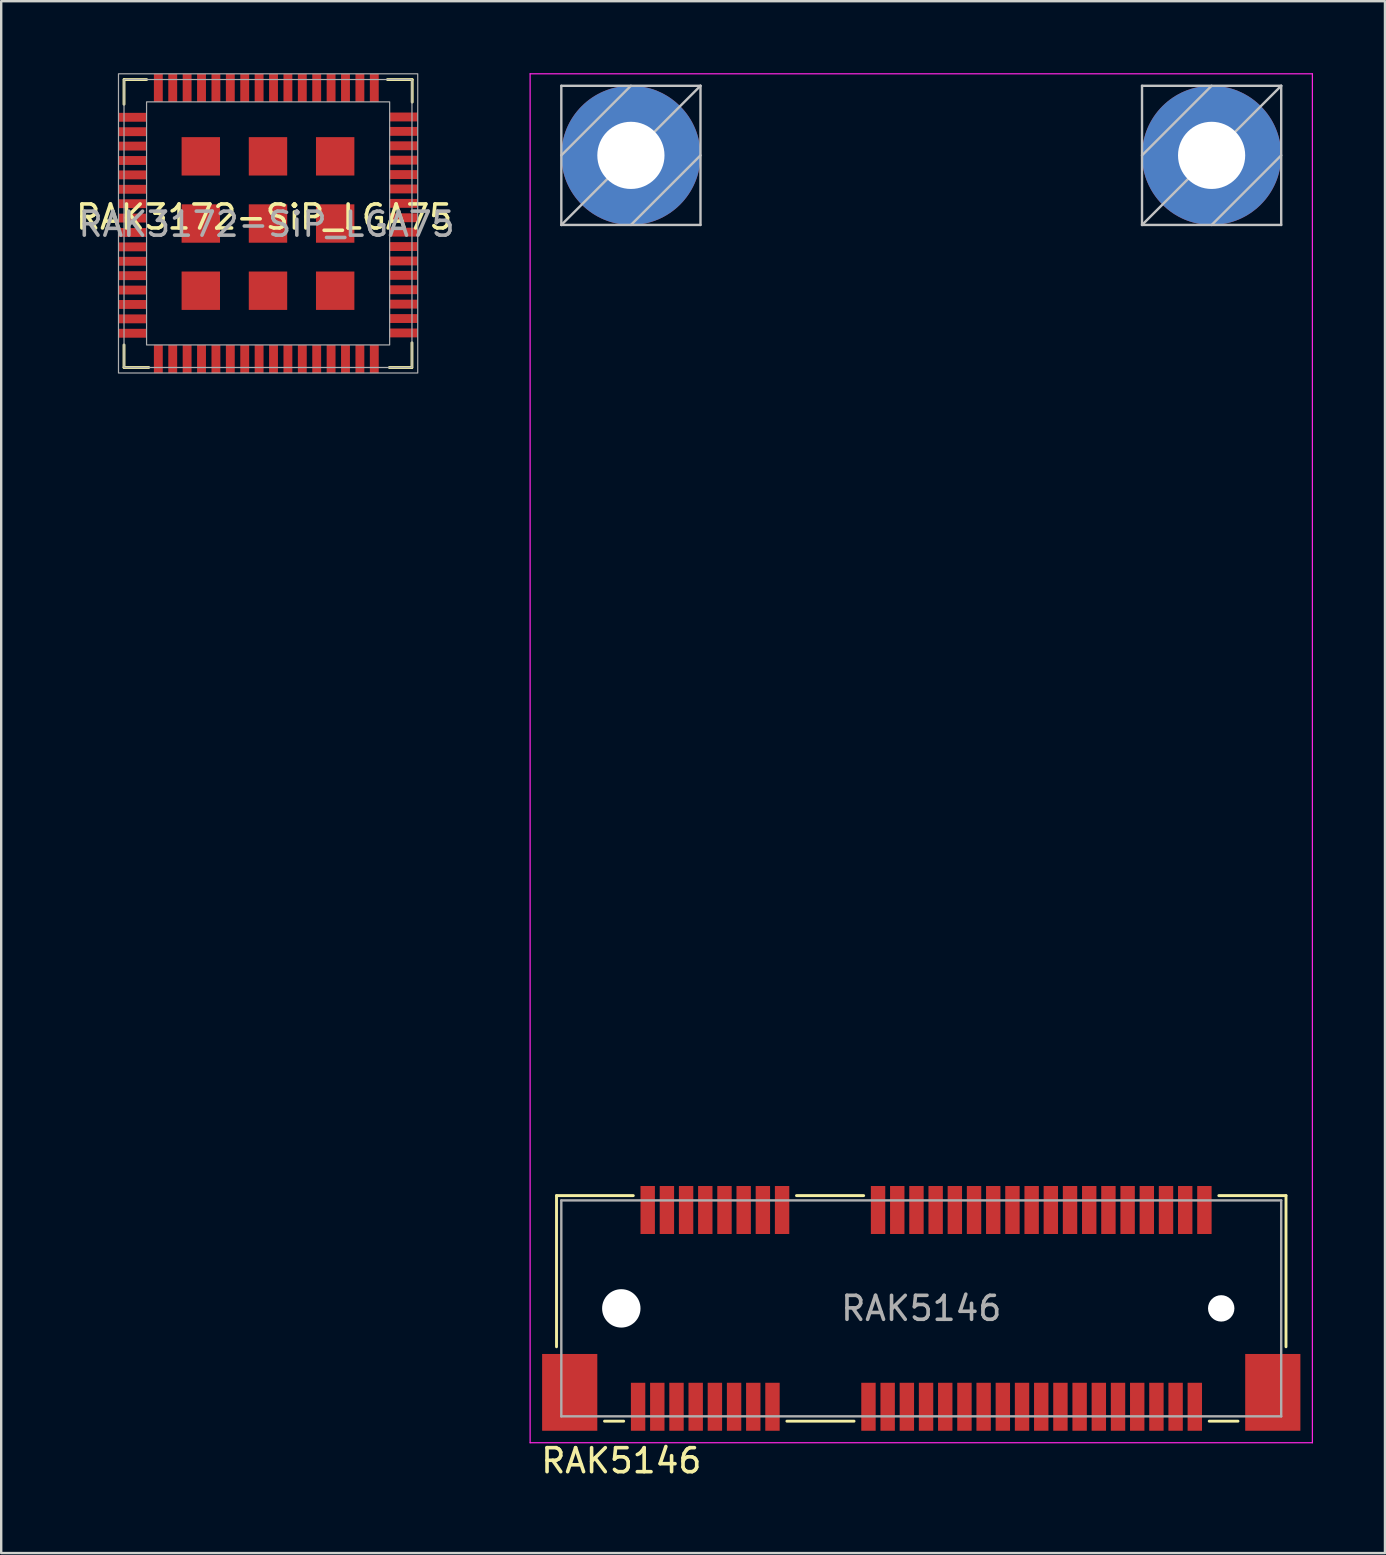
<source format=kicad_pcb>
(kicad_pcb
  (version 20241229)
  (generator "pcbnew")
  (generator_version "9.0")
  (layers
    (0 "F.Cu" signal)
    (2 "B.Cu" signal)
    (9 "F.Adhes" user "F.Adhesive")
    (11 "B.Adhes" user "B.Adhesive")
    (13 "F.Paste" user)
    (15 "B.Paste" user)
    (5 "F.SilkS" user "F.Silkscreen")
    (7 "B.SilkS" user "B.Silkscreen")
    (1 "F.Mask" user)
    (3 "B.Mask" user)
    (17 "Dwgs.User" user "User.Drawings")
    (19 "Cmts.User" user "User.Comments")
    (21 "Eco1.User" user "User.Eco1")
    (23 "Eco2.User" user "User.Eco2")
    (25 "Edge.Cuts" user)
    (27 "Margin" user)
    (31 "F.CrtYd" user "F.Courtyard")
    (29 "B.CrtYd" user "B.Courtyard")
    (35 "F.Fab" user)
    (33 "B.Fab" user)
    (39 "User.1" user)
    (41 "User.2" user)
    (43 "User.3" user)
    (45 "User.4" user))
  (footprint "RAK5146"
    (layer "F.Cu")
    (at 35.342 51.475)
    (property "Reference" "RAK5146" (at -12.5 6.35 180) (layer "F.SilkS") (effects (font (size 1 1) (thickness 0.15))))
    (attr smd)
    (fp_line (start -15.2 -4.7) (end -15.2 1.6) (stroke (width 0.12) (type solid)) (layer "F.SilkS"))
    (fp_line (start -13.2 4.7) (end -12.4 4.7) (stroke (width 0.12) (type solid)) (layer "F.SilkS"))
    (fp_line (start -12 -4.7) (end -15.2 -4.7) (stroke (width 0.12) (type solid)) (layer "F.SilkS"))
    (fp_line (start -5.6 4.7) (end -2.8 4.7) (stroke (width 0.12) (type solid)) (layer "F.SilkS"))
    (fp_line (start -2.4 -4.7) (end -5.2 -4.7) (stroke (width 0.12) (type solid)) (layer "F.SilkS"))
    (fp_line (start 12 4.7) (end 13.2 4.7) (stroke (width 0.12) (type solid)) (layer "F.SilkS"))
    (fp_line (start 15.2 -4.7) (end 12.4 -4.7) (stroke (width 0.12) (type solid)) (layer "F.SilkS"))
    (fp_line (start 15.2 1.6) (end 15.2 -4.7) (stroke (width 0.12) (type solid)) (layer "F.SilkS"))
    (fp_line (start -15 -50.95) (end -15 -45.15) (stroke (width 0.1) (type solid)) (layer "Dwgs.User"))
    (fp_line (start -15 -50.95) (end -9.2 -50.95) (stroke (width 0.1) (type solid)) (layer "Dwgs.User"))
    (fp_line (start -15 -45.15) (end -9.2 -45.15) (stroke (width 0.1) (type solid)) (layer "Dwgs.User"))
    (fp_line (start -12.1 -50.95) (end -15 -48.05) (stroke (width 0.1) (type solid)) (layer "Dwgs.User"))
    (fp_line (start -9.2 -50.95) (end -15 -45.15) (stroke (width 0.1) (type solid)) (layer "Dwgs.User"))
    (fp_line (start -9.2 -50.95) (end -9.2 -45.15) (stroke (width 0.1) (type solid)) (layer "Dwgs.User"))
    (fp_line (start -9.2 -48.05) (end -12.1 -45.15) (stroke (width 0.1) (type solid)) (layer "Dwgs.User"))
    (fp_line (start 9.2 -50.95) (end 9.2 -45.15) (stroke (width 0.1) (type solid)) (layer "Dwgs.User"))
    (fp_line (start 9.2 -50.95) (end 15 -50.95) (stroke (width 0.1) (type solid)) (layer "Dwgs.User"))
    (fp_line (start 9.2 -45.15) (end 15 -45.15) (stroke (width 0.1) (type solid)) (layer "Dwgs.User"))
    (fp_line (start 12.1 -50.95) (end 9.2 -48.05) (stroke (width 0.1) (type solid)) (layer "Dwgs.User"))
    (fp_line (start 15 -50.95) (end 9.2 -45.15) (stroke (width 0.1) (type solid)) (layer "Dwgs.User"))
    (fp_line (start 15 -50.95) (end 15 -45.15) (stroke (width 0.1) (type solid)) (layer "Dwgs.User"))
    (fp_line (start 15 -48.05) (end 12.1 -45.15) (stroke (width 0.1) (type solid)) (layer "Dwgs.User"))
    (fp_line (start -16.3 -51.45) (end 16.3 -51.45) (stroke (width 0.05) (type solid)) (layer "F.CrtYd"))
    (fp_line (start -16.3 5.6) (end -16.3 -51.45) (stroke (width 0.05) (type solid)) (layer "F.CrtYd"))
    (fp_line (start 16.3 -51.45) (end 16.3 5.6) (stroke (width 0.05) (type solid)) (layer "F.CrtYd"))
    (fp_line (start 16.3 5.6) (end -16.3 5.6) (stroke (width 0.05) (type solid)) (layer "F.CrtYd"))
    (fp_line (start -15 -4.5) (end -15 4.5) (stroke (width 0.1) (type solid)) (layer "F.Fab"))
    (fp_line (start -15 4.5) (end 15 4.5) (stroke (width 0.1) (type solid)) (layer "F.Fab"))
    (fp_line (start 15 -4.5) (end -15 -4.5) (stroke (width 0.1) (type solid)) (layer "F.Fab"))
    (fp_line (start 15 4.5) (end 15 -4.5) (stroke (width 0.1) (type solid)) (layer "F.Fab"))
    (fp_text user "${REFERENCE}" (at 0 0 0) (layer "F.Fab") (effects (font (size 1 1) (thickness 0.15))))
    (pad "" np_thru_hole circle (at -12.5 0) (size 1.6 1.6) (drill 1.6) (layers "*.Cu" "*.Mask"))
    (pad "" np_thru_hole circle (at 12.5 0) (size 1.1 1.1) (drill 1.1) (layers "*.Cu" "*.Mask"))
    (pad "1" smd rect (at -11.8 4.1) (size 0.6 2) (layers "F.Cu" "F.Mask" "F.Paste"))
    (pad "2" smd rect (at -11.4 -4.1) (size 0.6 2) (layers "F.Cu" "F.Mask" "F.Paste"))
    (pad "3" smd rect (at -11 4.1) (size 0.6 2) (layers "F.Cu" "F.Mask" "F.Paste"))
    (pad "4" smd rect (at -10.6 -4.1) (size 0.6 2) (layers "F.Cu" "F.Mask" "F.Paste"))
    (pad "5" smd rect (at -10.2 4.1) (size 0.6 2) (layers "F.Cu" "F.Mask" "F.Paste"))
    (pad "6" smd rect (at -9.8 -4.1) (size 0.6 2) (layers "F.Cu" "F.Mask" "F.Paste"))
    (pad "7" smd rect (at -9.4 4.1) (size 0.6 2) (layers "F.Cu" "F.Mask" "F.Paste"))
    (pad "8" smd rect (at -9 -4.1) (size 0.6 2) (layers "F.Cu" "F.Mask" "F.Paste"))
    (pad "9" smd rect (at -8.6 4.1) (size 0.6 2) (layers "F.Cu" "F.Mask" "F.Paste"))
    (pad "10" smd rect (at -8.2 -4.1) (size 0.6 2) (layers "F.Cu" "F.Mask" "F.Paste"))
    (pad "11" smd rect (at -7.8 4.1) (size 0.6 2) (layers "F.Cu" "F.Mask" "F.Paste"))
    (pad "12" smd rect (at -7.4 -4.1) (size 0.6 2) (layers "F.Cu" "F.Mask" "F.Paste"))
    (pad "13" smd rect (at -7 4.1) (size 0.6 2) (layers "F.Cu" "F.Mask" "F.Paste"))
    (pad "14" smd rect (at -6.6 -4.1) (size 0.6 2) (layers "F.Cu" "F.Mask" "F.Paste"))
    (pad "15" smd rect (at -6.2 4.1) (size 0.6 2) (layers "F.Cu" "F.Mask" "F.Paste"))
    (pad "16" smd rect (at -5.8 -4.1) (size 0.6 2) (layers "F.Cu" "F.Mask" "F.Paste"))
    (pad "17" smd rect (at -2.2 4.1) (size 0.6 2) (layers "F.Cu" "F.Mask" "F.Paste"))
    (pad "18" smd rect (at -1.8 -4.1) (size 0.6 2) (layers "F.Cu" "F.Mask" "F.Paste"))
    (pad "19" smd rect (at -1.4 4.1) (size 0.6 2) (layers "F.Cu" "F.Mask" "F.Paste"))
    (pad "20" smd rect (at -1 -4.1) (size 0.6 2) (layers "F.Cu" "F.Mask" "F.Paste"))
    (pad "21" smd rect (at -0.6 4.1) (size 0.6 2) (layers "F.Cu" "F.Mask" "F.Paste"))
    (pad "22" smd rect (at -0.2 -4.1) (size 0.6 2) (layers "F.Cu" "F.Mask" "F.Paste"))
    (pad "23" smd rect (at 0.2 4.1) (size 0.6 2) (layers "F.Cu" "F.Mask" "F.Paste"))
    (pad "24" smd rect (at 0.6 -4.1) (size 0.6 2) (layers "F.Cu" "F.Mask" "F.Paste"))
    (pad "25" smd rect (at 1 4.1) (size 0.6 2) (layers "F.Cu" "F.Mask" "F.Paste"))
    (pad "26" smd rect (at 1.4 -4.1) (size 0.6 2) (layers "F.Cu" "F.Mask" "F.Paste"))
    (pad "27" smd rect (at 1.8 4.1) (size 0.6 2) (layers "F.Cu" "F.Mask" "F.Paste"))
    (pad "28" smd rect (at 2.2 -4.1) (size 0.6 2) (layers "F.Cu" "F.Mask" "F.Paste"))
    (pad "29" smd rect (at 2.6 4.1) (size 0.6 2) (layers "F.Cu" "F.Mask" "F.Paste"))
    (pad "30" smd rect (at 3 -4.1) (size 0.6 2) (layers "F.Cu" "F.Mask" "F.Paste"))
    (pad "31" smd rect (at 3.4 4.1) (size 0.6 2) (layers "F.Cu" "F.Mask" "F.Paste"))
    (pad "32" smd rect (at 3.8 -4.1) (size 0.6 2) (layers "F.Cu" "F.Mask" "F.Paste"))
    (pad "33" smd rect (at 4.2 4.1) (size 0.6 2) (layers "F.Cu" "F.Mask" "F.Paste"))
    (pad "34" smd rect (at 4.6 -4.1) (size 0.6 2) (layers "F.Cu" "F.Mask" "F.Paste"))
    (pad "35" smd rect (at 5 4.1) (size 0.6 2) (layers "F.Cu" "F.Mask" "F.Paste"))
    (pad "36" smd rect (at 5.4 -4.1) (size 0.6 2) (layers "F.Cu" "F.Mask" "F.Paste"))
    (pad "37" smd rect (at 5.8 4.1) (size 0.6 2) (layers "F.Cu" "F.Mask" "F.Paste"))
    (pad "38" smd rect (at 6.2 -4.1) (size 0.6 2) (layers "F.Cu" "F.Mask" "F.Paste"))
    (pad "39" smd rect (at 6.6 4.1) (size 0.6 2) (layers "F.Cu" "F.Mask" "F.Paste"))
    (pad "40" smd rect (at 7 -4.1) (size 0.6 2) (layers "F.Cu" "F.Mask" "F.Paste"))
    (pad "41" smd rect (at 7.4 4.1) (size 0.6 2) (layers "F.Cu" "F.Mask" "F.Paste"))
    (pad "42" smd rect (at 7.8 -4.1) (size 0.6 2) (layers "F.Cu" "F.Mask" "F.Paste"))
    (pad "43" smd rect (at 8.2 4.1) (size 0.6 2) (layers "F.Cu" "F.Mask" "F.Paste"))
    (pad "44" smd rect (at 8.6 -4.1) (size 0.6 2) (layers "F.Cu" "F.Mask" "F.Paste"))
    (pad "45" smd rect (at 9 4.1) (size 0.6 2) (layers "F.Cu" "F.Mask" "F.Paste"))
    (pad "46" smd rect (at 9.4 -4.1) (size 0.6 2) (layers "F.Cu" "F.Mask" "F.Paste"))
    (pad "47" smd rect (at 9.8 4.1) (size 0.6 2) (layers "F.Cu" "F.Mask" "F.Paste"))
    (pad "48" smd rect (at 10.2 -4.1) (size 0.6 2) (layers "F.Cu" "F.Mask" "F.Paste"))
    (pad "49" smd rect (at 10.6 4.1) (size 0.6 2) (layers "F.Cu" "F.Mask" "F.Paste"))
    (pad "50" smd rect (at 11 -4.1) (size 0.6 2) (layers "F.Cu" "F.Mask" "F.Paste"))
    (pad "51" smd rect (at 11.4 4.1) (size 0.6 2) (layers "F.Cu" "F.Mask" "F.Paste"))
    (pad "52" smd rect (at 11.8 -4.1) (size 0.6 2) (layers "F.Cu" "F.Mask" "F.Paste"))
    (pad "53" thru_hole circle (at 12.1 -48.05) (size 5.8 5.8) (drill 2.8) (layers "*.Cu" "*.Mask"))
    (pad "54" thru_hole circle (at -12.1 -48.05) (size 5.8 5.8) (drill 2.8) (layers "*.Cu" "*.Mask"))
    (pad "55" smd rect (at -14.65 3.5) (size 2.3 3.2) (layers "F.Cu" "F.Mask" "F.Paste"))
    (pad "56" smd rect (at 14.65 3.5) (size 2.3 3.2) (layers "F.Cu" "F.Mask" "F.Paste")))
  (footprint "RAK3172-SiP_LGA75"
    (layer "F.Cu")
    (at 7.958 6.395)
    (property "Reference" "RAK3172-SiP_LGA75" (at 0 -0.4 0) (unlocked yes) (layer "F.SilkS") (effects (font (size 1 1) (thickness 0.15))))
    (attr smd)
    (fp_line (start -5.84 -6.13) (end -5.84 -5.1) (stroke (width 0.12) (type solid)) (layer "F.SilkS"))
    (fp_line (start -5.84 5.86) (end -5.84 4.93) (stroke (width 0.12) (type solid)) (layer "F.SilkS"))
    (fp_line (start -5.84 5.87) (end -4.81 5.87) (stroke (width 0.12) (type solid)) (layer "F.SilkS"))
    (fp_line (start -5.83 -6.13) (end -4.9 -6.13) (stroke (width 0.12) (type solid)) (layer "F.SilkS"))
    (fp_line (start 6.15 5.87) (end 5.22 5.87) (stroke (width 0.12) (type solid)) (layer "F.SilkS"))
    (fp_line (start 6.16 5.87) (end 6.16 4.84) (stroke (width 0.12) (type solid)) (layer "F.SilkS"))
    (fp_line (start 6.17 -6.13) (end 5.14 -6.13) (stroke (width 0.12) (type solid)) (layer "F.SilkS"))
    (fp_line (start 6.17 -6.12) (end 6.17 -5.19) (stroke (width 0.12) (type solid)) (layer "F.SilkS"))
    (fp_rect (start 5.23 4.93) (end -4.9 -5.2) (stroke (width 0.05) (type solid)) (fill no) (layer "F.Fab"))
    (fp_rect (start 6.16 5.87) (end -5.84 -6.13) (stroke (width 0.05) (type solid)) (fill no) (layer "F.Fab"))
    (fp_rect (start 6.4 6.1) (end -6.07 -6.37) (stroke (width 0.05) (type solid)) (fill no) (layer "F.Fab"))
    (fp_text user "${REFERENCE}" (at 0.1 -0.1 0) (unlocked yes) (layer "F.Fab") (effects (font (size 1 1) (thickness 0.15))))
    (pad "1" smd trapezoid (at -5.486 -4.557 90) (size 0.37 1.17) (layers "F.Cu" "F.Mask" "F.Paste"))
    (pad "2" smd trapezoid (at -5.486 -3.957 90) (size 0.37 1.17) (layers "F.Cu" "F.Mask" "F.Paste"))
    (pad "3" smd trapezoid (at -5.486 -3.357 90) (size 0.37 1.17) (layers "F.Cu" "F.Mask" "F.Paste"))
    (pad "4" smd trapezoid (at -5.486 -2.757 90) (size 0.37 1.17) (layers "F.Cu" "F.Mask" "F.Paste"))
    (pad "5" smd trapezoid (at -5.486 -2.157 90) (size 0.37 1.17) (layers "F.Cu" "F.Mask" "F.Paste"))
    (pad "6" smd trapezoid (at -5.486 -1.557 90) (size 0.37 1.17) (layers "F.Cu" "F.Mask" "F.Paste"))
    (pad "7" smd trapezoid (at -5.486 -0.957 90) (size 0.37 1.17) (layers "F.Cu" "F.Mask" "F.Paste"))
    (pad "8" smd trapezoid (at -5.486 -0.357 90) (size 0.37 1.17) (layers "F.Cu" "F.Mask" "F.Paste"))
    (pad "9" smd trapezoid (at -5.486 0.243 90) (size 0.37 1.17) (layers "F.Cu" "F.Mask" "F.Paste"))
    (pad "10" smd trapezoid (at -5.486 0.843 90) (size 0.37 1.17) (layers "F.Cu" "F.Mask" "F.Paste"))
    (pad "11" smd trapezoid (at -5.486 1.443 90) (size 0.37 1.17) (layers "F.Cu" "F.Mask" "F.Paste"))
    (pad "12" smd trapezoid (at -5.486 2.043 90) (size 0.37 1.17) (layers "F.Cu" "F.Mask" "F.Paste"))
    (pad "13" smd trapezoid (at -5.486 2.643 90) (size 0.37 1.17) (layers "F.Cu" "F.Mask" "F.Paste"))
    (pad "14" smd trapezoid (at -5.486 3.243 90) (size 0.37 1.17) (layers "F.Cu" "F.Mask" "F.Paste"))
    (pad "15" smd trapezoid (at -5.486 3.843 90) (size 0.37 1.17) (layers "F.Cu" "F.Mask" "F.Paste"))
    (pad "16" smd trapezoid (at -5.486 4.443 90) (size 0.37 1.17) (layers "F.Cu" "F.Mask" "F.Paste"))
    (pad "17" smd trapezoid (at -4.41 5.52 180) (size 0.37 1.17) (layers "F.Cu" "F.Mask" "F.Paste"))
    (pad "18" smd trapezoid (at -3.81 5.52 180) (size 0.37 1.17) (layers "F.Cu" "F.Mask" "F.Paste"))
    (pad "19" smd trapezoid (at -3.21 5.52 180) (size 0.37 1.17) (layers "F.Cu" "F.Mask" "F.Paste"))
    (pad "20" smd trapezoid (at -2.61 5.52 180) (size 0.37 1.17) (layers "F.Cu" "F.Mask" "F.Paste"))
    (pad "21" smd trapezoid (at -2.01 5.52 180) (size 0.37 1.17) (layers "F.Cu" "F.Mask" "F.Paste"))
    (pad "22" smd trapezoid (at -1.41 5.52 180) (size 0.37 1.17) (layers "F.Cu" "F.Mask" "F.Paste"))
    (pad "23" smd trapezoid (at -0.81 5.52 180) (size 0.37 1.17) (layers "F.Cu" "F.Mask" "F.Paste"))
    (pad "24" smd trapezoid (at -0.21 5.52 180) (size 0.37 1.17) (layers "F.Cu" "F.Mask" "F.Paste"))
    (pad "25" smd trapezoid (at 0.39 5.52 180) (size 0.37 1.17) (layers "F.Cu" "F.Mask" "F.Paste"))
    (pad "26" smd trapezoid (at 0.99 5.52 180) (size 0.37 1.17) (layers "F.Cu" "F.Mask" "F.Paste"))
    (pad "27" smd trapezoid (at 1.59 5.52 180) (size 0.37 1.17) (layers "F.Cu" "F.Mask" "F.Paste"))
    (pad "28" smd trapezoid (at 2.19 5.52 180) (size 0.37 1.17) (layers "F.Cu" "F.Mask" "F.Paste"))
    (pad "29" smd trapezoid (at 2.79 5.52 180) (size 0.37 1.17) (layers "F.Cu" "F.Mask" "F.Paste"))
    (pad "30" smd trapezoid (at 3.39 5.52 180) (size 0.37 1.17) (layers "F.Cu" "F.Mask" "F.Paste"))
    (pad "31" smd trapezoid (at 3.99 5.52 180) (size 0.37 1.17) (layers "F.Cu" "F.Mask" "F.Paste"))
    (pad "32" smd trapezoid (at 4.59 5.52 180) (size 0.37 1.17) (layers "F.Cu" "F.Mask" "F.Paste"))
    (pad "33" smd trapezoid (at 5.8 4.43 90) (size 0.37 1.17) (layers "F.Cu" "F.Mask" "F.Paste"))
    (pad "34" smd trapezoid (at 5.8 3.83 90) (size 0.37 1.17) (layers "F.Cu" "F.Mask" "F.Paste"))
    (pad "35" smd trapezoid (at 5.8 3.23 90) (size 0.37 1.17) (layers "F.Cu" "F.Mask" "F.Paste"))
    (pad "36" smd trapezoid (at 5.8 2.63 90) (size 0.37 1.17) (layers "F.Cu" "F.Mask" "F.Paste"))
    (pad "37" smd trapezoid (at 5.8 2.03 90) (size 0.37 1.17) (layers "F.Cu" "F.Mask" "F.Paste"))
    (pad "38" smd trapezoid (at 5.8 1.43 90) (size 0.37 1.17) (layers "F.Cu" "F.Mask" "F.Paste"))
    (pad "39" smd trapezoid (at 5.8 0.83 90) (size 0.37 1.17) (layers "F.Cu" "F.Mask" "F.Paste"))
    (pad "40" smd trapezoid (at 5.8 0.23 90) (size 0.37 1.17) (layers "F.Cu" "F.Mask" "F.Paste"))
    (pad "41" smd trapezoid (at 5.8 -0.37 90) (size 0.37 1.17) (layers "F.Cu" "F.Mask" "F.Paste"))
    (pad "42" smd trapezoid (at 5.8 -0.97 90) (size 0.37 1.17) (layers "F.Cu" "F.Mask" "F.Paste"))
    (pad "43" smd trapezoid (at 5.8 -1.57 90) (size 0.37 1.17) (layers "F.Cu" "F.Mask" "F.Paste"))
    (pad "44" smd trapezoid (at 5.8 -2.17 90) (size 0.37 1.17) (layers "F.Cu" "F.Mask" "F.Paste"))
    (pad "45" smd trapezoid (at 5.8 -2.77 90) (size 0.37 1.17) (layers "F.Cu" "F.Mask" "F.Paste"))
    (pad "46" smd trapezoid (at 5.8 -3.37 90) (size 0.37 1.17) (layers "F.Cu" "F.Mask" "F.Paste"))
    (pad "47" smd trapezoid (at 5.8 -3.97 90) (size 0.37 1.17) (layers "F.Cu" "F.Mask" "F.Paste"))
    (pad "48" smd trapezoid (at 5.8 -4.57 90) (size 0.37 1.17) (layers "F.Cu" "F.Mask" "F.Paste"))
    (pad "49" smd trapezoid (at 4.59 -5.78 180) (size 0.37 1.17) (layers "F.Cu" "F.Mask" "F.Paste"))
    (pad "50" smd trapezoid (at 3.99 -5.78 180) (size 0.37 1.17) (layers "F.Cu" "F.Mask" "F.Paste"))
    (pad "51" smd trapezoid (at 3.39 -5.78 180) (size 0.37 1.17) (layers "F.Cu" "F.Mask" "F.Paste"))
    (pad "52" smd trapezoid (at 2.79 -5.78 180) (size 0.37 1.17) (layers "F.Cu" "F.Mask" "F.Paste"))
    (pad "53" smd trapezoid (at 2.19 -5.78 180) (size 0.37 1.17) (layers "F.Cu" "F.Mask" "F.Paste"))
    (pad "54" smd trapezoid (at 1.59 -5.78 180) (size 0.37 1.17) (layers "F.Cu" "F.Mask" "F.Paste"))
    (pad "55" smd trapezoid (at 0.99 -5.78 180) (size 0.37 1.17) (layers "F.Cu" "F.Mask" "F.Paste"))
    (pad "56" smd trapezoid (at 0.39 -5.78 180) (size 0.37 1.17) (layers "F.Cu" "F.Mask" "F.Paste"))
    (pad "57" smd trapezoid (at -0.21 -5.78 180) (size 0.37 1.17) (layers "F.Cu" "F.Mask" "F.Paste"))
    (pad "58" smd trapezoid (at -0.81 -5.78 180) (size 0.37 1.17) (layers "F.Cu" "F.Mask" "F.Paste"))
    (pad "59" smd trapezoid (at -1.41 -5.78 180) (size 0.37 1.17) (layers "F.Cu" "F.Mask" "F.Paste"))
    (pad "60" smd trapezoid (at -2.01 -5.78 180) (size 0.37 1.17) (layers "F.Cu" "F.Mask" "F.Paste"))
    (pad "61" smd trapezoid (at -2.61 -5.78 180) (size 0.37 1.17) (layers "F.Cu" "F.Mask" "F.Paste"))
    (pad "62" smd trapezoid (at -3.21 -5.78 180) (size 0.37 1.17) (layers "F.Cu" "F.Mask" "F.Paste"))
    (pad "63" smd trapezoid (at -3.81 -5.78 180) (size 0.37 1.17) (layers "F.Cu" "F.Mask" "F.Paste"))
    (pad "64" smd trapezoid (at -4.41 -5.78 180) (size 0.37 1.17) (layers "F.Cu" "F.Mask" "F.Paste"))
    (pad "65" smd trapezoid (at -2.64 -2.93 90) (size 1.6 1.6) (layers "F.Cu" "F.Mask" "F.Paste"))
    (pad "66" smd trapezoid (at 0.16 -2.93 90) (size 1.6 1.6) (layers "F.Cu" "F.Mask" "F.Paste"))
    (pad "67" smd trapezoid (at 2.96 -2.93 90) (size 1.6 1.6) (layers "F.Cu" "F.Mask" "F.Paste"))
    (pad "68" smd trapezoid (at -2.64 -0.13 90) (size 1.6 1.6) (layers "F.Cu" "F.Mask" "F.Paste"))
    (pad "69" smd trapezoid (at 0.16 -0.13 90) (size 1.6 1.6) (layers "F.Cu" "F.Mask" "F.Paste"))
    (pad "70" smd trapezoid (at 2.96 -0.13 90) (size 1.6 1.6) (layers "F.Cu" "F.Mask" "F.Paste"))
    (pad "71" smd trapezoid (at -2.64 2.67 90) (size 1.6 1.6) (layers "F.Cu" "F.Mask" "F.Paste"))
    (pad "72" smd trapezoid (at 0.16 2.67 90) (size 1.6 1.6) (layers "F.Cu" "F.Mask" "F.Paste"))
    (pad "73" smd trapezoid (at 2.96 2.67 90) (size 1.6 1.6) (layers "F.Cu" "F.Mask" "F.Paste")))
  (gr_rect
    (start -3 -3)
    (end 54.667 61.673)
    (stroke (width 0.1) (type default))
    (fill no)
    (layer "Edge.Cuts")))
</source>
